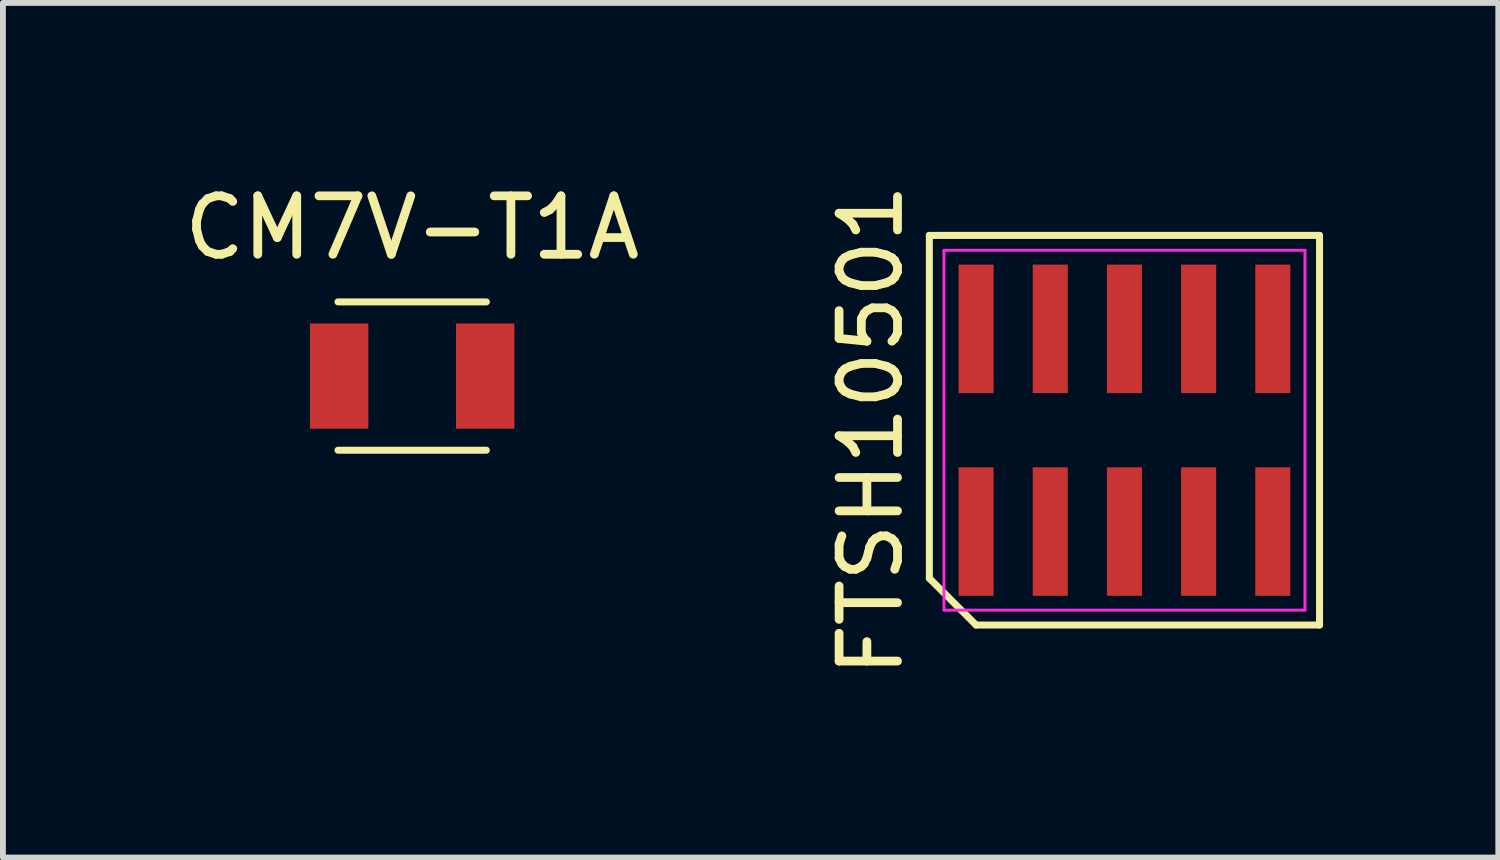
<source format=kicad_pcb>
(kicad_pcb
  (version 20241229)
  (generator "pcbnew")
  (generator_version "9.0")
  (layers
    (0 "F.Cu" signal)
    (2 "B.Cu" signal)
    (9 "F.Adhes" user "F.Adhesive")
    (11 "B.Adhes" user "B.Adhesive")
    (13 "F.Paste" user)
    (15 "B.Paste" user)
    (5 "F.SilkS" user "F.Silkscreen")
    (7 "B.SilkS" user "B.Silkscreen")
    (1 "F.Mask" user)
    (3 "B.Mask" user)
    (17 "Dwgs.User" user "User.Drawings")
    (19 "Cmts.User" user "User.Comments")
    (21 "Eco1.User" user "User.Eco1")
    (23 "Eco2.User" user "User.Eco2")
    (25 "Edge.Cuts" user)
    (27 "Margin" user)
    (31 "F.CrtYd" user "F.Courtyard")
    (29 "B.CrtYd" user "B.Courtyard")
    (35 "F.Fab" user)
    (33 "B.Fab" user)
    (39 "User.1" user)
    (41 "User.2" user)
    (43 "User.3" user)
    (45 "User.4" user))
  (footprint "CM7V-T1A"
    (layer "F.Cu")
    (at 4.006 3.388)
    (property "Reference" "CM7V-T1A" (at 0 -2.54 0) (layer "F.SilkS") (effects (font (size 1 1) (thickness 0.15))))
    (attr through_hole)
    (fp_line (start -1.27 -1.27) (end 1.27 -1.27) (stroke (width 0.12) (type solid)) (layer "F.SilkS"))
    (fp_line (start -1.27 1.27) (end 1.27 1.27) (stroke (width 0.12) (type solid)) (layer "F.SilkS"))
    (pad "1" smd rect (at -1.25 0) (size 1 1.8) (layers "F.Cu" "F.Mask" "F.Paste"))
    (pad "2" smd rect (at 1.25 0) (size 1 1.8) (layers "F.Cu" "F.Mask" "F.Paste")))
  (footprint "FTSH10501"
    (layer "F.Cu")
    (at 16.2 4.315)
    (property "Reference" "FTSH10501" (at -4.34 0 90) (layer "F.SilkS") (effects (font (size 1 1) (thickness 0.15))))
    (attr smd)
    (fp_line (start -3.34 -3.335) (end 3.34 -3.335) (stroke (width 0.12) (type solid)) (layer "F.SilkS"))
    (fp_line (start -3.34 2.535) (end -3.34 -3.335) (stroke (width 0.12) (type solid)) (layer "F.SilkS"))
    (fp_line (start -2.54 3.335) (end -3.34 2.535) (stroke (width 0.12) (type solid)) (layer "F.SilkS"))
    (fp_line (start 3.34 -3.335) (end 3.34 3.335) (stroke (width 0.12) (type solid)) (layer "F.SilkS"))
    (fp_line (start 3.34 3.335) (end -2.54 3.335) (stroke (width 0.12) (type solid)) (layer "F.SilkS"))
    (fp_line (start -3.09 -3.08) (end 3.09 -3.08) (stroke (width 0.05) (type solid)) (layer "F.CrtYd"))
    (fp_line (start -3.09 3.08) (end -3.09 -3.08) (stroke (width 0.05) (type solid)) (layer "F.CrtYd"))
    (fp_line (start 3.09 -3.08) (end 3.09 3.08) (stroke (width 0.05) (type solid)) (layer "F.CrtYd"))
    (fp_line (start 3.09 3.08) (end -3.09 3.08) (stroke (width 0.05) (type solid)) (layer "F.CrtYd"))
    (pad "1" smd rect (at -2.54 1.735) (size 0.6 2.2) (layers "F.Cu" "F.Mask" "F.Paste"))
    (pad "2" smd rect (at -1.27 1.735) (size 0.6 2.2) (layers "F.Cu" "F.Mask" "F.Paste"))
    (pad "3" smd rect (at 0 1.735) (size 0.6 2.2) (layers "F.Cu" "F.Mask" "F.Paste"))
    (pad "4" smd rect (at 1.27 1.735) (size 0.6 2.2) (layers "F.Cu" "F.Mask" "F.Paste"))
    (pad "5" smd rect (at 2.54 1.735) (size 0.6 2.2) (layers "F.Cu" "F.Mask" "F.Paste"))
    (pad "6" smd rect (at 2.54 -1.735) (size 0.6 2.2) (layers "F.Cu" "F.Mask" "F.Paste"))
    (pad "7" smd rect (at 1.27 -1.735) (size 0.6 2.2) (layers "F.Cu" "F.Mask" "F.Paste"))
    (pad "8" smd rect (at 0 -1.735) (size 0.6 2.2) (layers "F.Cu" "F.Mask" "F.Paste"))
    (pad "9" smd rect (at -1.27 -1.735) (size 0.6 2.2) (layers "F.Cu" "F.Mask" "F.Paste"))
    (pad "10" smd rect (at -2.54 -1.735) (size 0.6 2.2) (layers "F.Cu" "F.Mask" "F.Paste")))
  (gr_rect
    (start -3 -3)
    (end 22.6 11.631)
    (stroke (width 0.1) (type default))
    (fill no)
    (layer "Edge.Cuts")))
</source>
